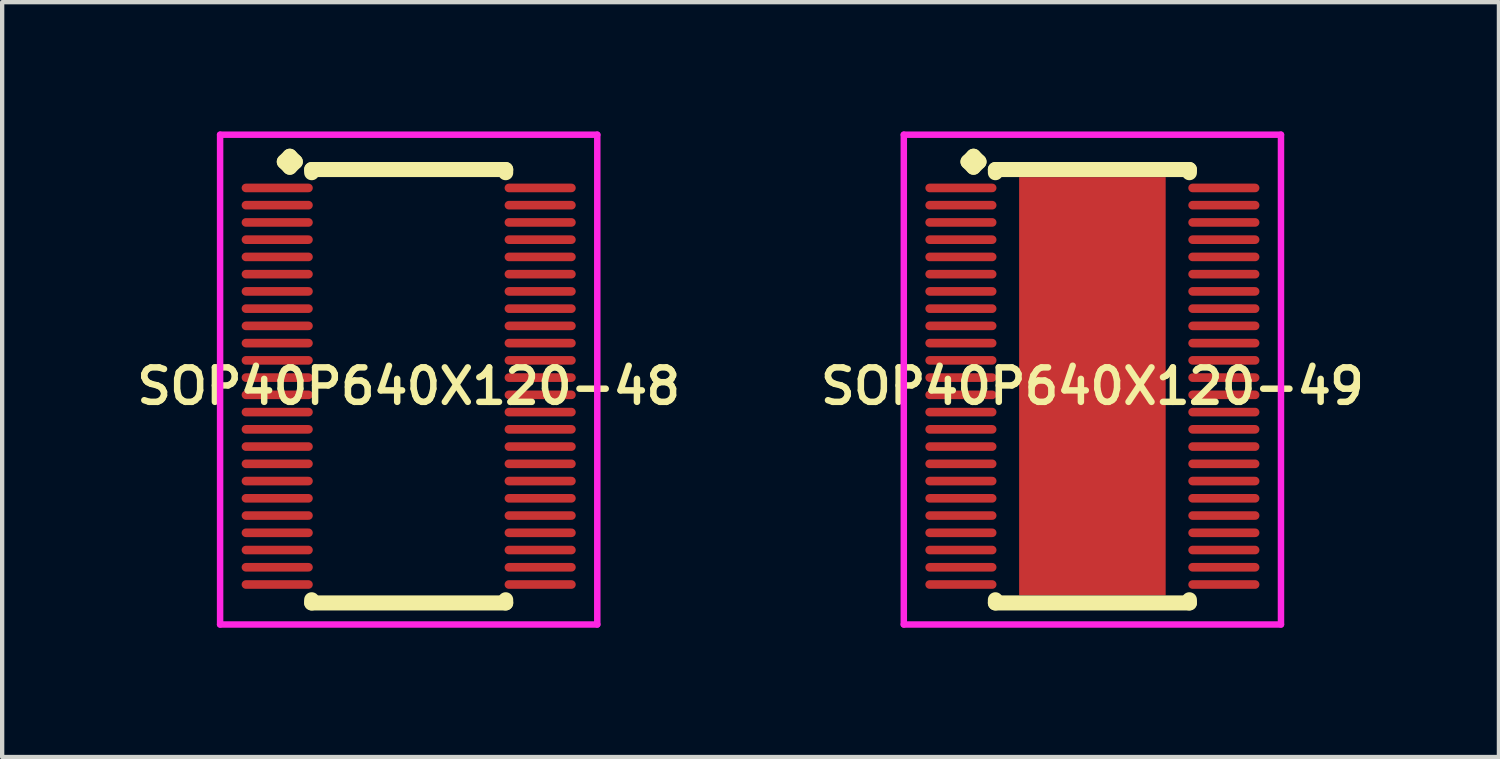
<source format=kicad_pcb>
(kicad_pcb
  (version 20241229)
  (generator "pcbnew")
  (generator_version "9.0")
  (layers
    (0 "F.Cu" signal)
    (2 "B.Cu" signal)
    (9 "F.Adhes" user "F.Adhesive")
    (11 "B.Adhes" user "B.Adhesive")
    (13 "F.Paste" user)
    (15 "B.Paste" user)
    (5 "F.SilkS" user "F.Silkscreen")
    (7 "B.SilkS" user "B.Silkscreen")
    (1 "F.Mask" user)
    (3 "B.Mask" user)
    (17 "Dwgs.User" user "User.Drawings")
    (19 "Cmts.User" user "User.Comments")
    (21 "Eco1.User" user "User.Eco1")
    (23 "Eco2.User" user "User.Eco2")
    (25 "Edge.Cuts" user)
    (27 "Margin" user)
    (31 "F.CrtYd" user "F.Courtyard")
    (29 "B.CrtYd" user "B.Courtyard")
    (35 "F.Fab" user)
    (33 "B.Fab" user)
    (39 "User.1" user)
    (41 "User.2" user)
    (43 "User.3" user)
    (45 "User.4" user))
  (footprint "SOP40P640X120-48"
    (layer "F.Cu")
    (at 6.431 5.91)
    (property "Reference" "SOP40P640X120-48" (at 0 0 0) (layer "F.SilkS") (effects (font (size 0.8 0.8) (thickness 0.15))))
    (attr smd)
    (fp_line (start -2.885 -5.208) (end -2.758 -5.335) (stroke (width 0.35) (type solid)) (layer "F.SilkS"))
    (fp_line (start -2.758 -5.335) (end -2.631 -5.208) (stroke (width 0.35) (type solid)) (layer "F.SilkS"))
    (fp_line (start -2.758 -5.081) (end -2.885 -5.208) (stroke (width 0.35) (type solid)) (layer "F.SilkS"))
    (fp_line (start -2.631 -5.208) (end -2.758 -5.081) (stroke (width 0.35) (type solid)) (layer "F.SilkS"))
    (fp_line (start -2.25 -5.027) (end 2.25 -5.027) (stroke (width 0.35) (type solid)) (layer "F.SilkS"))
    (fp_line (start -2.25 -4.954) (end -2.25 -5.027) (stroke (width 0.35) (type solid)) (layer "F.SilkS"))
    (fp_line (start -2.25 4.954) (end -2.25 5.027) (stroke (width 0.35) (type solid)) (layer "F.SilkS"))
    (fp_line (start -2.25 5.027) (end 2.25 5.027) (stroke (width 0.35) (type solid)) (layer "F.SilkS"))
    (fp_line (start 2.25 -5.027) (end 2.25 -4.954) (stroke (width 0.35) (type solid)) (layer "F.SilkS"))
    (fp_line (start 2.25 5.027) (end 2.25 4.954) (stroke (width 0.35) (type solid)) (layer "F.SilkS"))
    (fp_line (start -4.375 -5.835) (end 4.375 -5.835) (stroke (width 0.15) (type solid)) (layer "F.CrtYd"))
    (fp_line (start -4.375 5.527) (end -4.375 -5.835) (stroke (width 0.15) (type solid)) (layer "F.CrtYd"))
    (fp_line (start 4.375 -5.835) (end 4.375 5.527) (stroke (width 0.15) (type solid)) (layer "F.CrtYd"))
    (fp_line (start 4.375 5.527) (end -4.375 5.527) (stroke (width 0.15) (type solid)) (layer "F.CrtYd"))
    (pad "1" smd oval (at -3.05 -4.6) (size 1.65 0.2) (layers "F.Cu" "F.Mask" "F.Paste"))
    (pad "2" smd oval (at -3.05 -4.2) (size 1.65 0.2) (layers "F.Cu" "F.Mask" "F.Paste"))
    (pad "3" smd oval (at -3.05 -3.8) (size 1.65 0.2) (layers "F.Cu" "F.Mask" "F.Paste"))
    (pad "4" smd oval (at -3.05 -3.4) (size 1.65 0.2) (layers "F.Cu" "F.Mask" "F.Paste"))
    (pad "5" smd oval (at -3.05 -3) (size 1.65 0.2) (layers "F.Cu" "F.Mask" "F.Paste"))
    (pad "6" smd oval (at -3.05 -2.6) (size 1.65 0.2) (layers "F.Cu" "F.Mask" "F.Paste"))
    (pad "7" smd oval (at -3.05 -2.2) (size 1.65 0.2) (layers "F.Cu" "F.Mask" "F.Paste"))
    (pad "8" smd oval (at -3.05 -1.8) (size 1.65 0.2) (layers "F.Cu" "F.Mask" "F.Paste"))
    (pad "9" smd oval (at -3.05 -1.4) (size 1.65 0.2) (layers "F.Cu" "F.Mask" "F.Paste"))
    (pad "10" smd oval (at -3.05 -1) (size 1.65 0.2) (layers "F.Cu" "F.Mask" "F.Paste"))
    (pad "11" smd oval (at -3.05 -0.6) (size 1.65 0.2) (layers "F.Cu" "F.Mask" "F.Paste"))
    (pad "12" smd oval (at -3.05 -0.2) (size 1.65 0.2) (layers "F.Cu" "F.Mask" "F.Paste"))
    (pad "13" smd oval (at -3.05 0.2) (size 1.65 0.2) (layers "F.Cu" "F.Mask" "F.Paste"))
    (pad "14" smd oval (at -3.05 0.6) (size 1.65 0.2) (layers "F.Cu" "F.Mask" "F.Paste"))
    (pad "15" smd oval (at -3.05 1) (size 1.65 0.2) (layers "F.Cu" "F.Mask" "F.Paste"))
    (pad "16" smd oval (at -3.05 1.4) (size 1.65 0.2) (layers "F.Cu" "F.Mask" "F.Paste"))
    (pad "17" smd oval (at -3.05 1.8) (size 1.65 0.2) (layers "F.Cu" "F.Mask" "F.Paste"))
    (pad "18" smd oval (at -3.05 2.2) (size 1.65 0.2) (layers "F.Cu" "F.Mask" "F.Paste"))
    (pad "19" smd oval (at -3.05 2.6) (size 1.65 0.2) (layers "F.Cu" "F.Mask" "F.Paste"))
    (pad "20" smd oval (at -3.05 3) (size 1.65 0.2) (layers "F.Cu" "F.Mask" "F.Paste"))
    (pad "21" smd oval (at -3.05 3.4) (size 1.65 0.2) (layers "F.Cu" "F.Mask" "F.Paste"))
    (pad "22" smd oval (at -3.05 3.8) (size 1.65 0.2) (layers "F.Cu" "F.Mask" "F.Paste"))
    (pad "23" smd oval (at -3.05 4.2) (size 1.65 0.2) (layers "F.Cu" "F.Mask" "F.Paste"))
    (pad "24" smd oval (at -3.05 4.6) (size 1.65 0.2) (layers "F.Cu" "F.Mask" "F.Paste"))
    (pad "25" smd oval (at 3.05 4.6) (size 1.65 0.2) (layers "F.Cu" "F.Mask" "F.Paste"))
    (pad "26" smd oval (at 3.05 4.2) (size 1.65 0.2) (layers "F.Cu" "F.Mask" "F.Paste"))
    (pad "27" smd oval (at 3.05 3.8) (size 1.65 0.2) (layers "F.Cu" "F.Mask" "F.Paste"))
    (pad "28" smd oval (at 3.05 3.4) (size 1.65 0.2) (layers "F.Cu" "F.Mask" "F.Paste"))
    (pad "29" smd oval (at 3.05 3) (size 1.65 0.2) (layers "F.Cu" "F.Mask" "F.Paste"))
    (pad "30" smd oval (at 3.05 2.6) (size 1.65 0.2) (layers "F.Cu" "F.Mask" "F.Paste"))
    (pad "31" smd oval (at 3.05 2.2) (size 1.65 0.2) (layers "F.Cu" "F.Mask" "F.Paste"))
    (pad "32" smd oval (at 3.05 1.8) (size 1.65 0.2) (layers "F.Cu" "F.Mask" "F.Paste"))
    (pad "33" smd oval (at 3.05 1.4) (size 1.65 0.2) (layers "F.Cu" "F.Mask" "F.Paste"))
    (pad "34" smd oval (at 3.05 1) (size 1.65 0.2) (layers "F.Cu" "F.Mask" "F.Paste"))
    (pad "35" smd oval (at 3.05 0.6) (size 1.65 0.2) (layers "F.Cu" "F.Mask" "F.Paste"))
    (pad "36" smd oval (at 3.05 0.2) (size 1.65 0.2) (layers "F.Cu" "F.Mask" "F.Paste"))
    (pad "37" smd oval (at 3.05 -0.2) (size 1.65 0.2) (layers "F.Cu" "F.Mask" "F.Paste"))
    (pad "38" smd oval (at 3.05 -0.6) (size 1.65 0.2) (layers "F.Cu" "F.Mask" "F.Paste"))
    (pad "39" smd oval (at 3.05 -1) (size 1.65 0.2) (layers "F.Cu" "F.Mask" "F.Paste"))
    (pad "40" smd oval (at 3.05 -1.4) (size 1.65 0.2) (layers "F.Cu" "F.Mask" "F.Paste"))
    (pad "41" smd oval (at 3.05 -1.8) (size 1.65 0.2) (layers "F.Cu" "F.Mask" "F.Paste"))
    (pad "42" smd oval (at 3.05 -2.2) (size 1.65 0.2) (layers "F.Cu" "F.Mask" "F.Paste"))
    (pad "43" smd oval (at 3.05 -2.6) (size 1.65 0.2) (layers "F.Cu" "F.Mask" "F.Paste"))
    (pad "44" smd oval (at 3.05 -3) (size 1.65 0.2) (layers "F.Cu" "F.Mask" "F.Paste"))
    (pad "45" smd oval (at 3.05 -3.4) (size 1.65 0.2) (layers "F.Cu" "F.Mask" "F.Paste"))
    (pad "46" smd oval (at 3.05 -3.8) (size 1.65 0.2) (layers "F.Cu" "F.Mask" "F.Paste"))
    (pad "47" smd oval (at 3.05 -4.2) (size 1.65 0.2) (layers "F.Cu" "F.Mask" "F.Paste"))
    (pad "48" smd oval (at 3.05 -4.6) (size 1.65 0.2) (layers "F.Cu" "F.Mask" "F.Paste")))
  (footprint "SOP40P640X120-49"
    (layer "F.Cu")
    (at 22.292 5.91)
    (property "Reference" "SOP40P640X120-49" (at 0 0 0) (layer "F.SilkS") (effects (font (size 0.8 0.8) (thickness 0.15))))
    (attr smd)
    (fp_line (start -2.885 -5.208) (end -2.758 -5.335) (stroke (width 0.35) (type solid)) (layer "F.SilkS"))
    (fp_line (start -2.758 -5.335) (end -2.631 -5.208) (stroke (width 0.35) (type solid)) (layer "F.SilkS"))
    (fp_line (start -2.758 -5.081) (end -2.885 -5.208) (stroke (width 0.35) (type solid)) (layer "F.SilkS"))
    (fp_line (start -2.631 -5.208) (end -2.758 -5.081) (stroke (width 0.35) (type solid)) (layer "F.SilkS"))
    (fp_line (start -2.25 -5.027) (end 2.25 -5.027) (stroke (width 0.35) (type solid)) (layer "F.SilkS"))
    (fp_line (start -2.25 -4.954) (end -2.25 -5.027) (stroke (width 0.35) (type solid)) (layer "F.SilkS"))
    (fp_line (start -2.25 4.954) (end -2.25 5.027) (stroke (width 0.35) (type solid)) (layer "F.SilkS"))
    (fp_line (start -2.25 5.027) (end 2.25 5.027) (stroke (width 0.35) (type solid)) (layer "F.SilkS"))
    (fp_line (start 2.25 -5.027) (end 2.25 -4.954) (stroke (width 0.35) (type solid)) (layer "F.SilkS"))
    (fp_line (start 2.25 5.027) (end 2.25 4.954) (stroke (width 0.35) (type solid)) (layer "F.SilkS"))
    (fp_line (start -4.375 -5.835) (end 4.375 -5.835) (stroke (width 0.15) (type solid)) (layer "F.CrtYd"))
    (fp_line (start -4.375 5.527) (end -4.375 -5.835) (stroke (width 0.15) (type solid)) (layer "F.CrtYd"))
    (fp_line (start 4.375 -5.835) (end 4.375 5.527) (stroke (width 0.15) (type solid)) (layer "F.CrtYd"))
    (fp_line (start 4.375 5.527) (end -4.375 5.527) (stroke (width 0.15) (type solid)) (layer "F.CrtYd"))
    (pad "1" smd oval (at -3.05 -4.6) (size 1.65 0.2) (layers "F.Cu" "F.Mask" "F.Paste"))
    (pad "2" smd oval (at -3.05 -4.2) (size 1.65 0.2) (layers "F.Cu" "F.Mask" "F.Paste"))
    (pad "3" smd oval (at -3.05 -3.8) (size 1.65 0.2) (layers "F.Cu" "F.Mask" "F.Paste"))
    (pad "4" smd oval (at -3.05 -3.4) (size 1.65 0.2) (layers "F.Cu" "F.Mask" "F.Paste"))
    (pad "5" smd oval (at -3.05 -3) (size 1.65 0.2) (layers "F.Cu" "F.Mask" "F.Paste"))
    (pad "6" smd oval (at -3.05 -2.6) (size 1.65 0.2) (layers "F.Cu" "F.Mask" "F.Paste"))
    (pad "7" smd oval (at -3.05 -2.2) (size 1.65 0.2) (layers "F.Cu" "F.Mask" "F.Paste"))
    (pad "8" smd oval (at -3.05 -1.8) (size 1.65 0.2) (layers "F.Cu" "F.Mask" "F.Paste"))
    (pad "9" smd oval (at -3.05 -1.4) (size 1.65 0.2) (layers "F.Cu" "F.Mask" "F.Paste"))
    (pad "10" smd oval (at -3.05 -1) (size 1.65 0.2) (layers "F.Cu" "F.Mask" "F.Paste"))
    (pad "11" smd oval (at -3.05 -0.6) (size 1.65 0.2) (layers "F.Cu" "F.Mask" "F.Paste"))
    (pad "12" smd oval (at -3.05 -0.2) (size 1.65 0.2) (layers "F.Cu" "F.Mask" "F.Paste"))
    (pad "13" smd oval (at -3.05 0.2) (size 1.65 0.2) (layers "F.Cu" "F.Mask" "F.Paste"))
    (pad "14" smd oval (at -3.05 0.6) (size 1.65 0.2) (layers "F.Cu" "F.Mask" "F.Paste"))
    (pad "15" smd oval (at -3.05 1) (size 1.65 0.2) (layers "F.Cu" "F.Mask" "F.Paste"))
    (pad "16" smd oval (at -3.05 1.4) (size 1.65 0.2) (layers "F.Cu" "F.Mask" "F.Paste"))
    (pad "17" smd oval (at -3.05 1.8) (size 1.65 0.2) (layers "F.Cu" "F.Mask" "F.Paste"))
    (pad "18" smd oval (at -3.05 2.2) (size 1.65 0.2) (layers "F.Cu" "F.Mask" "F.Paste"))
    (pad "19" smd oval (at -3.05 2.6) (size 1.65 0.2) (layers "F.Cu" "F.Mask" "F.Paste"))
    (pad "20" smd oval (at -3.05 3) (size 1.65 0.2) (layers "F.Cu" "F.Mask" "F.Paste"))
    (pad "21" smd oval (at -3.05 3.4) (size 1.65 0.2) (layers "F.Cu" "F.Mask" "F.Paste"))
    (pad "22" smd oval (at -3.05 3.8) (size 1.65 0.2) (layers "F.Cu" "F.Mask" "F.Paste"))
    (pad "23" smd oval (at -3.05 4.2) (size 1.65 0.2) (layers "F.Cu" "F.Mask" "F.Paste"))
    (pad "24" smd oval (at -3.05 4.6) (size 1.65 0.2) (layers "F.Cu" "F.Mask" "F.Paste"))
    (pad "25" smd oval (at 3.05 4.6) (size 1.65 0.2) (layers "F.Cu" "F.Mask" "F.Paste"))
    (pad "26" smd oval (at 3.05 4.2) (size 1.65 0.2) (layers "F.Cu" "F.Mask" "F.Paste"))
    (pad "27" smd oval (at 3.05 3.8) (size 1.65 0.2) (layers "F.Cu" "F.Mask" "F.Paste"))
    (pad "28" smd oval (at 3.05 3.4) (size 1.65 0.2) (layers "F.Cu" "F.Mask" "F.Paste"))
    (pad "29" smd oval (at 3.05 3) (size 1.65 0.2) (layers "F.Cu" "F.Mask" "F.Paste"))
    (pad "30" smd oval (at 3.05 2.6) (size 1.65 0.2) (layers "F.Cu" "F.Mask" "F.Paste"))
    (pad "31" smd oval (at 3.05 2.2) (size 1.65 0.2) (layers "F.Cu" "F.Mask" "F.Paste"))
    (pad "32" smd oval (at 3.05 1.8) (size 1.65 0.2) (layers "F.Cu" "F.Mask" "F.Paste"))
    (pad "33" smd oval (at 3.05 1.4) (size 1.65 0.2) (layers "F.Cu" "F.Mask" "F.Paste"))
    (pad "34" smd oval (at 3.05 1) (size 1.65 0.2) (layers "F.Cu" "F.Mask" "F.Paste"))
    (pad "35" smd oval (at 3.05 0.6) (size 1.65 0.2) (layers "F.Cu" "F.Mask" "F.Paste"))
    (pad "36" smd oval (at 3.05 0.2) (size 1.65 0.2) (layers "F.Cu" "F.Mask" "F.Paste"))
    (pad "37" smd oval (at 3.05 -0.2) (size 1.65 0.2) (layers "F.Cu" "F.Mask" "F.Paste"))
    (pad "38" smd oval (at 3.05 -0.6) (size 1.65 0.2) (layers "F.Cu" "F.Mask" "F.Paste"))
    (pad "39" smd oval (at 3.05 -1) (size 1.65 0.2) (layers "F.Cu" "F.Mask" "F.Paste"))
    (pad "40" smd oval (at 3.05 -1.4) (size 1.65 0.2) (layers "F.Cu" "F.Mask" "F.Paste"))
    (pad "41" smd oval (at 3.05 -1.8) (size 1.65 0.2) (layers "F.Cu" "F.Mask" "F.Paste"))
    (pad "42" smd oval (at 3.05 -2.2) (size 1.65 0.2) (layers "F.Cu" "F.Mask" "F.Paste"))
    (pad "43" smd oval (at 3.05 -2.6) (size 1.65 0.2) (layers "F.Cu" "F.Mask" "F.Paste"))
    (pad "44" smd oval (at 3.05 -3) (size 1.65 0.2) (layers "F.Cu" "F.Mask" "F.Paste"))
    (pad "45" smd oval (at 3.05 -3.4) (size 1.65 0.2) (layers "F.Cu" "F.Mask" "F.Paste"))
    (pad "46" smd oval (at 3.05 -3.8) (size 1.65 0.2) (layers "F.Cu" "F.Mask" "F.Paste"))
    (pad "47" smd oval (at 3.05 -4.2) (size 1.65 0.2) (layers "F.Cu" "F.Mask" "F.Paste"))
    (pad "48" smd oval (at 3.05 -4.6) (size 1.65 0.2) (layers "F.Cu" "F.Mask" "F.Paste"))
    (pad "49" smd rect (at 0 0) (size 3.4 9.7) (layers "F.Cu" "F.Mask" "F.Paste")))
  (gr_rect
    (start -3 -3)
    (end 31.723 14.512)
    (stroke (width 0.1) (type default))
    (fill no)
    (layer "Edge.Cuts")))
</source>
